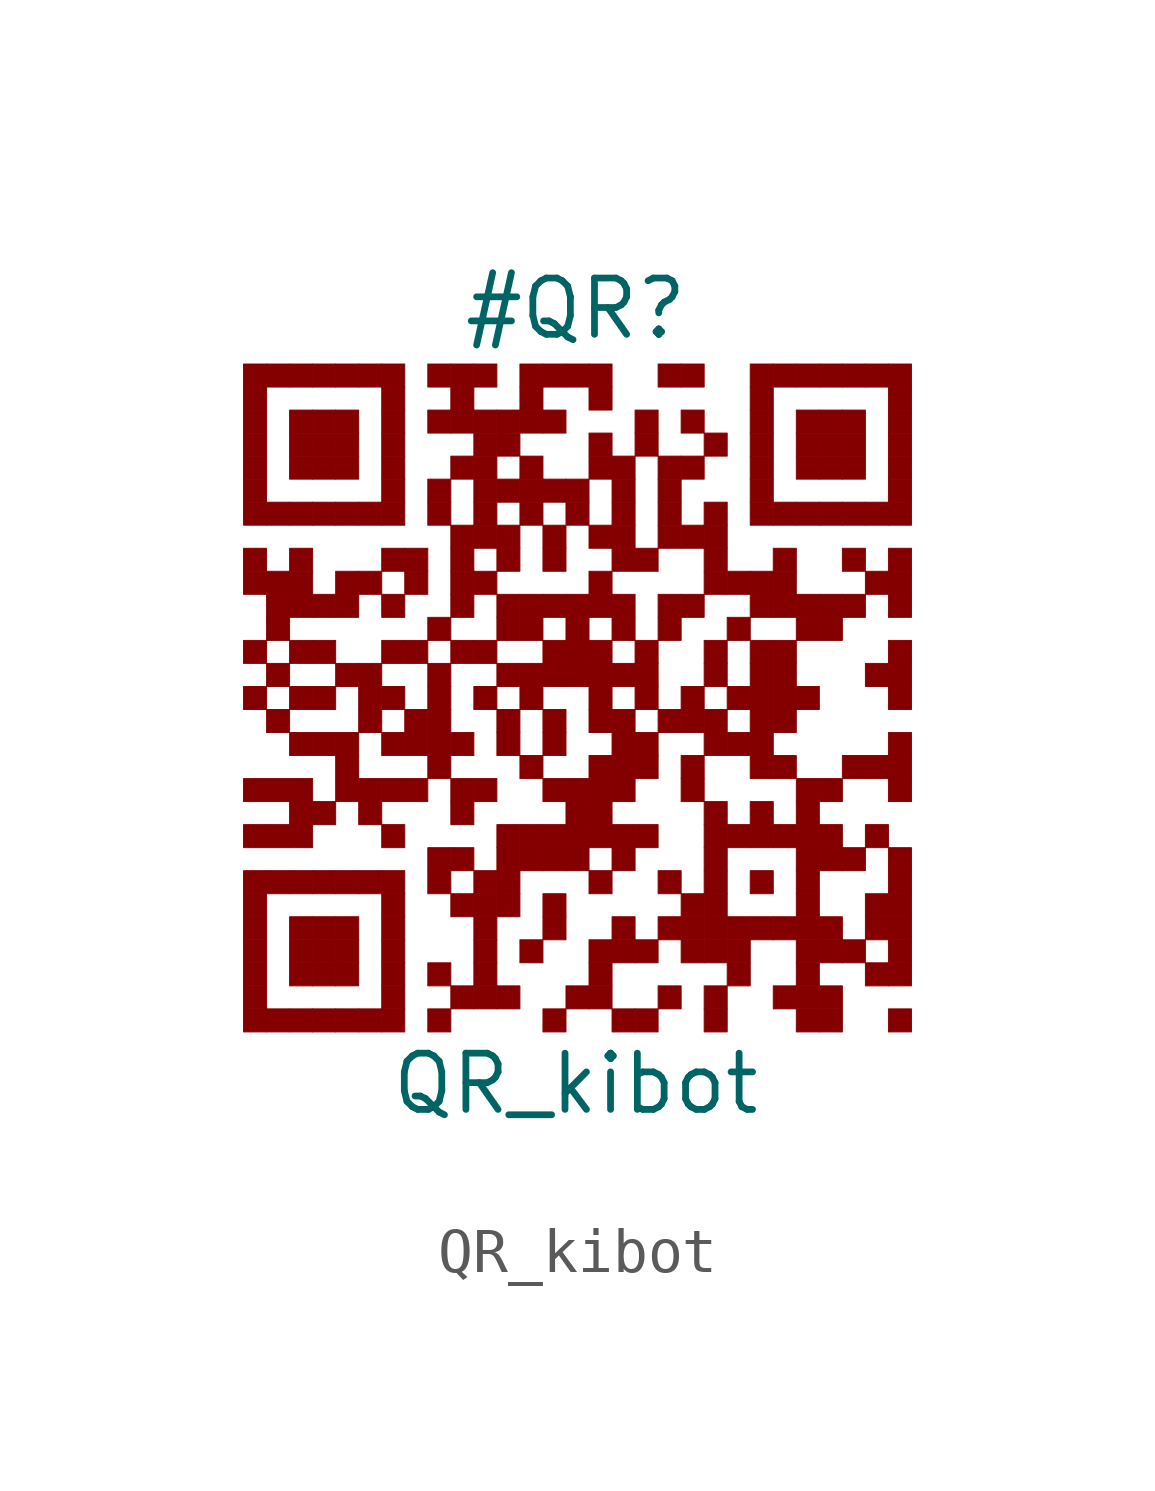
<source format=kicad_sym>
(kicad_symbol_lib
  (version 20211014)
  (generator kibot)
  (symbol "QR_kibot"
    (pin_numbers hide)
    (pin_names hide)
    (property "Reference" "#QR"
      (at 0 8.75 0))
    (property "Value" "QR_kibot"
      (at 0 -8.75 0))
    (rectangle
      (start -7.5 7.5)
      (end -6.98 6.98)
      (stroke (width 0.001) (type default) (color 0 0 0 0))
      (fill (type outline)))
    (rectangle
      (start -6.98 7.5)
      (end -6.46 6.98)
      (stroke (width 0.001) (type default) (color 0 0 0 0))
      (fill (type outline)))
    (rectangle
      (start -6.46 7.5)
      (end -5.94 6.98)
      (stroke (width 0.001) (type default) (color 0 0 0 0))
      (fill (type outline)))
    (rectangle
      (start -5.94 7.5)
      (end -5.42 6.98)
      (stroke (width 0.001) (type default) (color 0 0 0 0))
      (fill (type outline)))
    (rectangle
      (start -5.42 7.5)
      (end -4.9 6.98)
      (stroke (width 0.001) (type default) (color 0 0 0 0))
      (fill (type outline)))
    (rectangle
      (start -4.9 7.5)
      (end -4.38 6.98)
      (stroke (width 0.001) (type default) (color 0 0 0 0))
      (fill (type outline)))
    (rectangle
      (start -4.38 7.5)
      (end -3.86 6.98)
      (stroke (width 0.001) (type default) (color 0 0 0 0))
      (fill (type outline)))
    (rectangle
      (start -3.34 7.5)
      (end -2.82 6.98)
      (stroke (width 0.001) (type default) (color 0 0 0 0))
      (fill (type outline)))
    (rectangle
      (start -2.82 7.5)
      (end -2.3 6.98)
      (stroke (width 0.001) (type default) (color 0 0 0 0))
      (fill (type outline)))
    (rectangle
      (start -2.3 7.5)
      (end -1.78 6.98)
      (stroke (width 0.001) (type default) (color 0 0 0 0))
      (fill (type outline)))
    (rectangle
      (start -1.26 7.5)
      (end -0.74 6.98)
      (stroke (width 0.001) (type default) (color 0 0 0 0))
      (fill (type outline)))
    (rectangle
      (start -0.74 7.5)
      (end -0.22 6.98)
      (stroke (width 0.001) (type default) (color 0 0 0 0))
      (fill (type outline)))
    (rectangle
      (start -0.22 7.5)
      (end 0.3 6.98)
      (stroke (width 0.001) (type default) (color 0 0 0 0))
      (fill (type outline)))
    (rectangle
      (start 0.3 7.5)
      (end 0.82 6.98)
      (stroke (width 0.001) (type default) (color 0 0 0 0))
      (fill (type outline)))
    (rectangle
      (start 1.86 7.5)
      (end 2.38 6.98)
      (stroke (width 0.001) (type default) (color 0 0 0 0))
      (fill (type outline)))
    (rectangle
      (start 2.38 7.5)
      (end 2.9 6.98)
      (stroke (width 0.001) (type default) (color 0 0 0 0))
      (fill (type outline)))
    (rectangle
      (start 3.94 7.5)
      (end 4.46 6.98)
      (stroke (width 0.001) (type default) (color 0 0 0 0))
      (fill (type outline)))
    (rectangle
      (start 4.46 7.5)
      (end 4.98 6.98)
      (stroke (width 0.001) (type default) (color 0 0 0 0))
      (fill (type outline)))
    (rectangle
      (start 4.98 7.5)
      (end 5.5 6.98)
      (stroke (width 0.001) (type default) (color 0 0 0 0))
      (fill (type outline)))
    (rectangle
      (start 5.5 7.5)
      (end 6.02 6.98)
      (stroke (width 0.001) (type default) (color 0 0 0 0))
      (fill (type outline)))
    (rectangle
      (start 6.02 7.5)
      (end 6.54 6.98)
      (stroke (width 0.001) (type default) (color 0 0 0 0))
      (fill (type outline)))
    (rectangle
      (start 6.54 7.5)
      (end 7.06 6.98)
      (stroke (width 0.001) (type default) (color 0 0 0 0))
      (fill (type outline)))
    (rectangle
      (start 7.06 7.5)
      (end 7.58 6.98)
      (stroke (width 0.001) (type default) (color 0 0 0 0))
      (fill (type outline)))
    (rectangle
      (start -7.5 6.98)
      (end -6.98 6.46)
      (stroke (width 0.001) (type default) (color 0 0 0 0))
      (fill (type outline)))
    (rectangle
      (start -4.38 6.98)
      (end -3.86 6.46)
      (stroke (width 0.001) (type default) (color 0 0 0 0))
      (fill (type outline)))
    (rectangle
      (start -2.82 6.98)
      (end -2.3 6.46)
      (stroke (width 0.001) (type default) (color 0 0 0 0))
      (fill (type outline)))
    (rectangle
      (start -1.26 6.98)
      (end -0.74 6.46)
      (stroke (width 0.001) (type default) (color 0 0 0 0))
      (fill (type outline)))
    (rectangle
      (start 0.3 6.98)
      (end 0.82 6.46)
      (stroke (width 0.001) (type default) (color 0 0 0 0))
      (fill (type outline)))
    (rectangle
      (start 3.94 6.98)
      (end 4.46 6.46)
      (stroke (width 0.001) (type default) (color 0 0 0 0))
      (fill (type outline)))
    (rectangle
      (start 7.06 6.98)
      (end 7.58 6.46)
      (stroke (width 0.001) (type default) (color 0 0 0 0))
      (fill (type outline)))
    (rectangle
      (start -7.5 6.46)
      (end -6.98 5.94)
      (stroke (width 0.001) (type default) (color 0 0 0 0))
      (fill (type outline)))
    (rectangle
      (start -6.46 6.46)
      (end -5.94 5.94)
      (stroke (width 0.001) (type default) (color 0 0 0 0))
      (fill (type outline)))
    (rectangle
      (start -5.94 6.46)
      (end -5.42 5.94)
      (stroke (width 0.001) (type default) (color 0 0 0 0))
      (fill (type outline)))
    (rectangle
      (start -5.42 6.46)
      (end -4.9 5.94)
      (stroke (width 0.001) (type default) (color 0 0 0 0))
      (fill (type outline)))
    (rectangle
      (start -4.38 6.46)
      (end -3.86 5.94)
      (stroke (width 0.001) (type default) (color 0 0 0 0))
      (fill (type outline)))
    (rectangle
      (start -3.34 6.46)
      (end -2.82 5.94)
      (stroke (width 0.001) (type default) (color 0 0 0 0))
      (fill (type outline)))
    (rectangle
      (start -2.82 6.46)
      (end -2.3 5.94)
      (stroke (width 0.001) (type default) (color 0 0 0 0))
      (fill (type outline)))
    (rectangle
      (start -2.3 6.46)
      (end -1.78 5.94)
      (stroke (width 0.001) (type default) (color 0 0 0 0))
      (fill (type outline)))
    (rectangle
      (start -1.78 6.46)
      (end -1.26 5.94)
      (stroke (width 0.001) (type default) (color 0 0 0 0))
      (fill (type outline)))
    (rectangle
      (start -1.26 6.46)
      (end -0.74 5.94)
      (stroke (width 0.001) (type default) (color 0 0 0 0))
      (fill (type outline)))
    (rectangle
      (start -0.74 6.46)
      (end -0.22 5.94)
      (stroke (width 0.001) (type default) (color 0 0 0 0))
      (fill (type outline)))
    (rectangle
      (start 1.34 6.46)
      (end 1.86 5.94)
      (stroke (width 0.001) (type default) (color 0 0 0 0))
      (fill (type outline)))
    (rectangle
      (start 2.38 6.46)
      (end 2.9 5.94)
      (stroke (width 0.001) (type default) (color 0 0 0 0))
      (fill (type outline)))
    (rectangle
      (start 3.94 6.46)
      (end 4.46 5.94)
      (stroke (width 0.001) (type default) (color 0 0 0 0))
      (fill (type outline)))
    (rectangle
      (start 4.98 6.46)
      (end 5.5 5.94)
      (stroke (width 0.001) (type default) (color 0 0 0 0))
      (fill (type outline)))
    (rectangle
      (start 5.5 6.46)
      (end 6.02 5.94)
      (stroke (width 0.001) (type default) (color 0 0 0 0))
      (fill (type outline)))
    (rectangle
      (start 6.02 6.46)
      (end 6.54 5.94)
      (stroke (width 0.001) (type default) (color 0 0 0 0))
      (fill (type outline)))
    (rectangle
      (start 7.06 6.46)
      (end 7.58 5.94)
      (stroke (width 0.001) (type default) (color 0 0 0 0))
      (fill (type outline)))
    (rectangle
      (start -7.5 5.94)
      (end -6.98 5.42)
      (stroke (width 0.001) (type default) (color 0 0 0 0))
      (fill (type outline)))
    (rectangle
      (start -6.46 5.94)
      (end -5.94 5.42)
      (stroke (width 0.001) (type default) (color 0 0 0 0))
      (fill (type outline)))
    (rectangle
      (start -5.94 5.94)
      (end -5.42 5.42)
      (stroke (width 0.001) (type default) (color 0 0 0 0))
      (fill (type outline)))
    (rectangle
      (start -5.42 5.94)
      (end -4.9 5.42)
      (stroke (width 0.001) (type default) (color 0 0 0 0))
      (fill (type outline)))
    (rectangle
      (start -4.38 5.94)
      (end -3.86 5.42)
      (stroke (width 0.001) (type default) (color 0 0 0 0))
      (fill (type outline)))
    (rectangle
      (start -2.3 5.94)
      (end -1.78 5.42)
      (stroke (width 0.001) (type default) (color 0 0 0 0))
      (fill (type outline)))
    (rectangle
      (start -1.78 5.94)
      (end -1.26 5.42)
      (stroke (width 0.001) (type default) (color 0 0 0 0))
      (fill (type outline)))
    (rectangle
      (start 0.3 5.94)
      (end 0.82 5.42)
      (stroke (width 0.001) (type default) (color 0 0 0 0))
      (fill (type outline)))
    (rectangle
      (start 1.34 5.94)
      (end 1.86 5.42)
      (stroke (width 0.001) (type default) (color 0 0 0 0))
      (fill (type outline)))
    (rectangle
      (start 2.9 5.94)
      (end 3.42 5.42)
      (stroke (width 0.001) (type default) (color 0 0 0 0))
      (fill (type outline)))
    (rectangle
      (start 3.94 5.94)
      (end 4.46 5.42)
      (stroke (width 0.001) (type default) (color 0 0 0 0))
      (fill (type outline)))
    (rectangle
      (start 4.98 5.94)
      (end 5.5 5.42)
      (stroke (width 0.001) (type default) (color 0 0 0 0))
      (fill (type outline)))
    (rectangle
      (start 5.5 5.94)
      (end 6.02 5.42)
      (stroke (width 0.001) (type default) (color 0 0 0 0))
      (fill (type outline)))
    (rectangle
      (start 6.02 5.94)
      (end 6.54 5.42)
      (stroke (width 0.001) (type default) (color 0 0 0 0))
      (fill (type outline)))
    (rectangle
      (start 7.06 5.94)
      (end 7.58 5.42)
      (stroke (width 0.001) (type default) (color 0 0 0 0))
      (fill (type outline)))
    (rectangle
      (start -7.5 5.42)
      (end -6.98 4.9)
      (stroke (width 0.001) (type default) (color 0 0 0 0))
      (fill (type outline)))
    (rectangle
      (start -6.46 5.42)
      (end -5.94 4.9)
      (stroke (width 0.001) (type default) (color 0 0 0 0))
      (fill (type outline)))
    (rectangle
      (start -5.94 5.42)
      (end -5.42 4.9)
      (stroke (width 0.001) (type default) (color 0 0 0 0))
      (fill (type outline)))
    (rectangle
      (start -5.42 5.42)
      (end -4.9 4.9)
      (stroke (width 0.001) (type default) (color 0 0 0 0))
      (fill (type outline)))
    (rectangle
      (start -4.38 5.42)
      (end -3.86 4.9)
      (stroke (width 0.001) (type default) (color 0 0 0 0))
      (fill (type outline)))
    (rectangle
      (start -2.82 5.42)
      (end -2.3 4.9)
      (stroke (width 0.001) (type default) (color 0 0 0 0))
      (fill (type outline)))
    (rectangle
      (start -2.3 5.42)
      (end -1.78 4.9)
      (stroke (width 0.001) (type default) (color 0 0 0 0))
      (fill (type outline)))
    (rectangle
      (start -1.26 5.42)
      (end -0.74 4.9)
      (stroke (width 0.001) (type default) (color 0 0 0 0))
      (fill (type outline)))
    (rectangle
      (start 0.3 5.42)
      (end 0.82 4.9)
      (stroke (width 0.001) (type default) (color 0 0 0 0))
      (fill (type outline)))
    (rectangle
      (start 0.82 5.42)
      (end 1.34 4.9)
      (stroke (width 0.001) (type default) (color 0 0 0 0))
      (fill (type outline)))
    (rectangle
      (start 1.86 5.42)
      (end 2.38 4.9)
      (stroke (width 0.001) (type default) (color 0 0 0 0))
      (fill (type outline)))
    (rectangle
      (start 2.38 5.42)
      (end 2.9 4.9)
      (stroke (width 0.001) (type default) (color 0 0 0 0))
      (fill (type outline)))
    (rectangle
      (start 3.94 5.42)
      (end 4.46 4.9)
      (stroke (width 0.001) (type default) (color 0 0 0 0))
      (fill (type outline)))
    (rectangle
      (start 4.98 5.42)
      (end 5.5 4.9)
      (stroke (width 0.001) (type default) (color 0 0 0 0))
      (fill (type outline)))
    (rectangle
      (start 5.5 5.42)
      (end 6.02 4.9)
      (stroke (width 0.001) (type default) (color 0 0 0 0))
      (fill (type outline)))
    (rectangle
      (start 6.02 5.42)
      (end 6.54 4.9)
      (stroke (width 0.001) (type default) (color 0 0 0 0))
      (fill (type outline)))
    (rectangle
      (start 7.06 5.42)
      (end 7.58 4.9)
      (stroke (width 0.001) (type default) (color 0 0 0 0))
      (fill (type outline)))
    (rectangle
      (start -7.5 4.9)
      (end -6.98 4.38)
      (stroke (width 0.001) (type default) (color 0 0 0 0))
      (fill (type outline)))
    (rectangle
      (start -4.38 4.9)
      (end -3.86 4.38)
      (stroke (width 0.001) (type default) (color 0 0 0 0))
      (fill (type outline)))
    (rectangle
      (start -3.34 4.9)
      (end -2.82 4.38)
      (stroke (width 0.001) (type default) (color 0 0 0 0))
      (fill (type outline)))
    (rectangle
      (start -2.3 4.9)
      (end -1.78 4.38)
      (stroke (width 0.001) (type default) (color 0 0 0 0))
      (fill (type outline)))
    (rectangle
      (start -1.78 4.9)
      (end -1.26 4.38)
      (stroke (width 0.001) (type default) (color 0 0 0 0))
      (fill (type outline)))
    (rectangle
      (start -1.26 4.9)
      (end -0.74 4.38)
      (stroke (width 0.001) (type default) (color 0 0 0 0))
      (fill (type outline)))
    (rectangle
      (start -0.74 4.9)
      (end -0.22 4.38)
      (stroke (width 0.001) (type default) (color 0 0 0 0))
      (fill (type outline)))
    (rectangle
      (start -0.22 4.9)
      (end 0.3 4.38)
      (stroke (width 0.001) (type default) (color 0 0 0 0))
      (fill (type outline)))
    (rectangle
      (start 0.82 4.9)
      (end 1.34 4.38)
      (stroke (width 0.001) (type default) (color 0 0 0 0))
      (fill (type outline)))
    (rectangle
      (start 1.86 4.9)
      (end 2.38 4.38)
      (stroke (width 0.001) (type default) (color 0 0 0 0))
      (fill (type outline)))
    (rectangle
      (start 3.94 4.9)
      (end 4.46 4.38)
      (stroke (width 0.001) (type default) (color 0 0 0 0))
      (fill (type outline)))
    (rectangle
      (start 7.06 4.9)
      (end 7.58 4.38)
      (stroke (width 0.001) (type default) (color 0 0 0 0))
      (fill (type outline)))
    (rectangle
      (start -7.5 4.38)
      (end -6.98 3.86)
      (stroke (width 0.001) (type default) (color 0 0 0 0))
      (fill (type outline)))
    (rectangle
      (start -6.98 4.38)
      (end -6.46 3.86)
      (stroke (width 0.001) (type default) (color 0 0 0 0))
      (fill (type outline)))
    (rectangle
      (start -6.46 4.38)
      (end -5.94 3.86)
      (stroke (width 0.001) (type default) (color 0 0 0 0))
      (fill (type outline)))
    (rectangle
      (start -5.94 4.38)
      (end -5.42 3.86)
      (stroke (width 0.001) (type default) (color 0 0 0 0))
      (fill (type outline)))
    (rectangle
      (start -5.42 4.38)
      (end -4.9 3.86)
      (stroke (width 0.001) (type default) (color 0 0 0 0))
      (fill (type outline)))
    (rectangle
      (start -4.9 4.38)
      (end -4.38 3.86)
      (stroke (width 0.001) (type default) (color 0 0 0 0))
      (fill (type outline)))
    (rectangle
      (start -4.38 4.38)
      (end -3.86 3.86)
      (stroke (width 0.001) (type default) (color 0 0 0 0))
      (fill (type outline)))
    (rectangle
      (start -3.34 4.38)
      (end -2.82 3.86)
      (stroke (width 0.001) (type default) (color 0 0 0 0))
      (fill (type outline)))
    (rectangle
      (start -2.3 4.38)
      (end -1.78 3.86)
      (stroke (width 0.001) (type default) (color 0 0 0 0))
      (fill (type outline)))
    (rectangle
      (start -1.26 4.38)
      (end -0.74 3.86)
      (stroke (width 0.001) (type default) (color 0 0 0 0))
      (fill (type outline)))
    (rectangle
      (start -0.22 4.38)
      (end 0.3 3.86)
      (stroke (width 0.001) (type default) (color 0 0 0 0))
      (fill (type outline)))
    (rectangle
      (start 0.82 4.38)
      (end 1.34 3.86)
      (stroke (width 0.001) (type default) (color 0 0 0 0))
      (fill (type outline)))
    (rectangle
      (start 1.86 4.38)
      (end 2.38 3.86)
      (stroke (width 0.001) (type default) (color 0 0 0 0))
      (fill (type outline)))
    (rectangle
      (start 2.9 4.38)
      (end 3.42 3.86)
      (stroke (width 0.001) (type default) (color 0 0 0 0))
      (fill (type outline)))
    (rectangle
      (start 3.94 4.38)
      (end 4.46 3.86)
      (stroke (width 0.001) (type default) (color 0 0 0 0))
      (fill (type outline)))
    (rectangle
      (start 4.46 4.38)
      (end 4.98 3.86)
      (stroke (width 0.001) (type default) (color 0 0 0 0))
      (fill (type outline)))
    (rectangle
      (start 4.98 4.38)
      (end 5.5 3.86)
      (stroke (width 0.001) (type default) (color 0 0 0 0))
      (fill (type outline)))
    (rectangle
      (start 5.5 4.38)
      (end 6.02 3.86)
      (stroke (width 0.001) (type default) (color 0 0 0 0))
      (fill (type outline)))
    (rectangle
      (start 6.02 4.38)
      (end 6.54 3.86)
      (stroke (width 0.001) (type default) (color 0 0 0 0))
      (fill (type outline)))
    (rectangle
      (start 6.54 4.38)
      (end 7.06 3.86)
      (stroke (width 0.001) (type default) (color 0 0 0 0))
      (fill (type outline)))
    (rectangle
      (start 7.06 4.38)
      (end 7.58 3.86)
      (stroke (width 0.001) (type default) (color 0 0 0 0))
      (fill (type outline)))
    (rectangle
      (start -2.82 3.86)
      (end -2.3 3.34)
      (stroke (width 0.001) (type default) (color 0 0 0 0))
      (fill (type outline)))
    (rectangle
      (start -2.3 3.86)
      (end -1.78 3.34)
      (stroke (width 0.001) (type default) (color 0 0 0 0))
      (fill (type outline)))
    (rectangle
      (start -1.78 3.86)
      (end -1.26 3.34)
      (stroke (width 0.001) (type default) (color 0 0 0 0))
      (fill (type outline)))
    (rectangle
      (start -0.74 3.86)
      (end -0.22 3.34)
      (stroke (width 0.001) (type default) (color 0 0 0 0))
      (fill (type outline)))
    (rectangle
      (start 0.3 3.86)
      (end 0.82 3.34)
      (stroke (width 0.001) (type default) (color 0 0 0 0))
      (fill (type outline)))
    (rectangle
      (start 0.82 3.86)
      (end 1.34 3.34)
      (stroke (width 0.001) (type default) (color 0 0 0 0))
      (fill (type outline)))
    (rectangle
      (start 1.86 3.86)
      (end 2.38 3.34)
      (stroke (width 0.001) (type default) (color 0 0 0 0))
      (fill (type outline)))
    (rectangle
      (start 2.38 3.86)
      (end 2.9 3.34)
      (stroke (width 0.001) (type default) (color 0 0 0 0))
      (fill (type outline)))
    (rectangle
      (start 2.9 3.86)
      (end 3.42 3.34)
      (stroke (width 0.001) (type default) (color 0 0 0 0))
      (fill (type outline)))
    (rectangle
      (start -7.5 3.34)
      (end -6.98 2.82)
      (stroke (width 0.001) (type default) (color 0 0 0 0))
      (fill (type outline)))
    (rectangle
      (start -6.46 3.34)
      (end -5.94 2.82)
      (stroke (width 0.001) (type default) (color 0 0 0 0))
      (fill (type outline)))
    (rectangle
      (start -4.38 3.34)
      (end -3.86 2.82)
      (stroke (width 0.001) (type default) (color 0 0 0 0))
      (fill (type outline)))
    (rectangle
      (start -3.86 3.34)
      (end -3.34 2.82)
      (stroke (width 0.001) (type default) (color 0 0 0 0))
      (fill (type outline)))
    (rectangle
      (start -2.82 3.34)
      (end -2.3 2.82)
      (stroke (width 0.001) (type default) (color 0 0 0 0))
      (fill (type outline)))
    (rectangle
      (start -1.78 3.34)
      (end -1.26 2.82)
      (stroke (width 0.001) (type default) (color 0 0 0 0))
      (fill (type outline)))
    (rectangle
      (start -0.74 3.34)
      (end -0.22 2.82)
      (stroke (width 0.001) (type default) (color 0 0 0 0))
      (fill (type outline)))
    (rectangle
      (start 0.82 3.34)
      (end 1.34 2.82)
      (stroke (width 0.001) (type default) (color 0 0 0 0))
      (fill (type outline)))
    (rectangle
      (start 1.34 3.34)
      (end 1.86 2.82)
      (stroke (width 0.001) (type default) (color 0 0 0 0))
      (fill (type outline)))
    (rectangle
      (start 2.9 3.34)
      (end 3.42 2.82)
      (stroke (width 0.001) (type default) (color 0 0 0 0))
      (fill (type outline)))
    (rectangle
      (start 4.46 3.34)
      (end 4.98 2.82)
      (stroke (width 0.001) (type default) (color 0 0 0 0))
      (fill (type outline)))
    (rectangle
      (start 6.02 3.34)
      (end 6.54 2.82)
      (stroke (width 0.001) (type default) (color 0 0 0 0))
      (fill (type outline)))
    (rectangle
      (start 7.06 3.34)
      (end 7.58 2.82)
      (stroke (width 0.001) (type default) (color 0 0 0 0))
      (fill (type outline)))
    (rectangle
      (start -7.5 2.82)
      (end -6.98 2.3)
      (stroke (width 0.001) (type default) (color 0 0 0 0))
      (fill (type outline)))
    (rectangle
      (start -6.98 2.82)
      (end -6.46 2.3)
      (stroke (width 0.001) (type default) (color 0 0 0 0))
      (fill (type outline)))
    (rectangle
      (start -6.46 2.82)
      (end -5.94 2.3)
      (stroke (width 0.001) (type default) (color 0 0 0 0))
      (fill (type outline)))
    (rectangle
      (start -5.42 2.82)
      (end -4.9 2.3)
      (stroke (width 0.001) (type default) (color 0 0 0 0))
      (fill (type outline)))
    (rectangle
      (start -4.9 2.82)
      (end -4.38 2.3)
      (stroke (width 0.001) (type default) (color 0 0 0 0))
      (fill (type outline)))
    (rectangle
      (start -3.86 2.82)
      (end -3.34 2.3)
      (stroke (width 0.001) (type default) (color 0 0 0 0))
      (fill (type outline)))
    (rectangle
      (start -2.82 2.82)
      (end -2.3 2.3)
      (stroke (width 0.001) (type default) (color 0 0 0 0))
      (fill (type outline)))
    (rectangle
      (start -2.3 2.82)
      (end -1.78 2.3)
      (stroke (width 0.001) (type default) (color 0 0 0 0))
      (fill (type outline)))
    (rectangle
      (start 0.3 2.82)
      (end 0.82 2.3)
      (stroke (width 0.001) (type default) (color 0 0 0 0))
      (fill (type outline)))
    (rectangle
      (start 2.9 2.82)
      (end 3.42 2.3)
      (stroke (width 0.001) (type default) (color 0 0 0 0))
      (fill (type outline)))
    (rectangle
      (start 3.42 2.82)
      (end 3.94 2.3)
      (stroke (width 0.001) (type default) (color 0 0 0 0))
      (fill (type outline)))
    (rectangle
      (start 3.94 2.82)
      (end 4.46 2.3)
      (stroke (width 0.001) (type default) (color 0 0 0 0))
      (fill (type outline)))
    (rectangle
      (start 4.46 2.82)
      (end 4.98 2.3)
      (stroke (width 0.001) (type default) (color 0 0 0 0))
      (fill (type outline)))
    (rectangle
      (start 6.54 2.82)
      (end 7.06 2.3)
      (stroke (width 0.001) (type default) (color 0 0 0 0))
      (fill (type outline)))
    (rectangle
      (start 7.06 2.82)
      (end 7.58 2.3)
      (stroke (width 0.001) (type default) (color 0 0 0 0))
      (fill (type outline)))
    (rectangle
      (start -6.98 2.3)
      (end -6.46 1.78)
      (stroke (width 0.001) (type default) (color 0 0 0 0))
      (fill (type outline)))
    (rectangle
      (start -6.46 2.3)
      (end -5.94 1.78)
      (stroke (width 0.001) (type default) (color 0 0 0 0))
      (fill (type outline)))
    (rectangle
      (start -5.94 2.3)
      (end -5.42 1.78)
      (stroke (width 0.001) (type default) (color 0 0 0 0))
      (fill (type outline)))
    (rectangle
      (start -5.42 2.3)
      (end -4.9 1.78)
      (stroke (width 0.001) (type default) (color 0 0 0 0))
      (fill (type outline)))
    (rectangle
      (start -4.38 2.3)
      (end -3.86 1.78)
      (stroke (width 0.001) (type default) (color 0 0 0 0))
      (fill (type outline)))
    (rectangle
      (start -2.82 2.3)
      (end -2.3 1.78)
      (stroke (width 0.001) (type default) (color 0 0 0 0))
      (fill (type outline)))
    (rectangle
      (start -1.78 2.3)
      (end -1.26 1.78)
      (stroke (width 0.001) (type default) (color 0 0 0 0))
      (fill (type outline)))
    (rectangle
      (start -1.26 2.3)
      (end -0.74 1.78)
      (stroke (width 0.001) (type default) (color 0 0 0 0))
      (fill (type outline)))
    (rectangle
      (start -0.74 2.3)
      (end -0.22 1.78)
      (stroke (width 0.001) (type default) (color 0 0 0 0))
      (fill (type outline)))
    (rectangle
      (start -0.22 2.3)
      (end 0.3 1.78)
      (stroke (width 0.001) (type default) (color 0 0 0 0))
      (fill (type outline)))
    (rectangle
      (start 0.3 2.3)
      (end 0.82 1.78)
      (stroke (width 0.001) (type default) (color 0 0 0 0))
      (fill (type outline)))
    (rectangle
      (start 0.82 2.3)
      (end 1.34 1.78)
      (stroke (width 0.001) (type default) (color 0 0 0 0))
      (fill (type outline)))
    (rectangle
      (start 1.86 2.3)
      (end 2.38 1.78)
      (stroke (width 0.001) (type default) (color 0 0 0 0))
      (fill (type outline)))
    (rectangle
      (start 2.38 2.3)
      (end 2.9 1.78)
      (stroke (width 0.001) (type default) (color 0 0 0 0))
      (fill (type outline)))
    (rectangle
      (start 3.94 2.3)
      (end 4.46 1.78)
      (stroke (width 0.001) (type default) (color 0 0 0 0))
      (fill (type outline)))
    (rectangle
      (start 4.46 2.3)
      (end 4.98 1.78)
      (stroke (width 0.001) (type default) (color 0 0 0 0))
      (fill (type outline)))
    (rectangle
      (start 4.98 2.3)
      (end 5.5 1.78)
      (stroke (width 0.001) (type default) (color 0 0 0 0))
      (fill (type outline)))
    (rectangle
      (start 5.5 2.3)
      (end 6.02 1.78)
      (stroke (width 0.001) (type default) (color 0 0 0 0))
      (fill (type outline)))
    (rectangle
      (start 6.02 2.3)
      (end 6.54 1.78)
      (stroke (width 0.001) (type default) (color 0 0 0 0))
      (fill (type outline)))
    (rectangle
      (start 7.06 2.3)
      (end 7.58 1.78)
      (stroke (width 0.001) (type default) (color 0 0 0 0))
      (fill (type outline)))
    (rectangle
      (start -6.98 1.78)
      (end -6.46 1.26)
      (stroke (width 0.001) (type default) (color 0 0 0 0))
      (fill (type outline)))
    (rectangle
      (start -3.34 1.78)
      (end -2.82 1.26)
      (stroke (width 0.001) (type default) (color 0 0 0 0))
      (fill (type outline)))
    (rectangle
      (start -1.78 1.78)
      (end -1.26 1.26)
      (stroke (width 0.001) (type default) (color 0 0 0 0))
      (fill (type outline)))
    (rectangle
      (start -1.26 1.78)
      (end -0.74 1.26)
      (stroke (width 0.001) (type default) (color 0 0 0 0))
      (fill (type outline)))
    (rectangle
      (start -0.22 1.78)
      (end 0.3 1.26)
      (stroke (width 0.001) (type default) (color 0 0 0 0))
      (fill (type outline)))
    (rectangle
      (start 0.82 1.78)
      (end 1.34 1.26)
      (stroke (width 0.001) (type default) (color 0 0 0 0))
      (fill (type outline)))
    (rectangle
      (start 1.86 1.78)
      (end 2.38 1.26)
      (stroke (width 0.001) (type default) (color 0 0 0 0))
      (fill (type outline)))
    (rectangle
      (start 3.42 1.78)
      (end 3.94 1.26)
      (stroke (width 0.001) (type default) (color 0 0 0 0))
      (fill (type outline)))
    (rectangle
      (start 4.98 1.78)
      (end 5.5 1.26)
      (stroke (width 0.001) (type default) (color 0 0 0 0))
      (fill (type outline)))
    (rectangle
      (start 5.5 1.78)
      (end 6.02 1.26)
      (stroke (width 0.001) (type default) (color 0 0 0 0))
      (fill (type outline)))
    (rectangle
      (start -7.5 1.26)
      (end -6.98 0.74)
      (stroke (width 0.001) (type default) (color 0 0 0 0))
      (fill (type outline)))
    (rectangle
      (start -6.46 1.26)
      (end -5.94 0.74)
      (stroke (width 0.001) (type default) (color 0 0 0 0))
      (fill (type outline)))
    (rectangle
      (start -5.94 1.26)
      (end -5.42 0.74)
      (stroke (width 0.001) (type default) (color 0 0 0 0))
      (fill (type outline)))
    (rectangle
      (start -4.38 1.26)
      (end -3.86 0.74)
      (stroke (width 0.001) (type default) (color 0 0 0 0))
      (fill (type outline)))
    (rectangle
      (start -3.86 1.26)
      (end -3.34 0.74)
      (stroke (width 0.001) (type default) (color 0 0 0 0))
      (fill (type outline)))
    (rectangle
      (start -2.82 1.26)
      (end -2.3 0.74)
      (stroke (width 0.001) (type default) (color 0 0 0 0))
      (fill (type outline)))
    (rectangle
      (start -2.3 1.26)
      (end -1.78 0.74)
      (stroke (width 0.001) (type default) (color 0 0 0 0))
      (fill (type outline)))
    (rectangle
      (start -0.74 1.26)
      (end -0.22 0.74)
      (stroke (width 0.001) (type default) (color 0 0 0 0))
      (fill (type outline)))
    (rectangle
      (start -0.22 1.26)
      (end 0.3 0.74)
      (stroke (width 0.001) (type default) (color 0 0 0 0))
      (fill (type outline)))
    (rectangle
      (start 0.3 1.26)
      (end 0.82 0.74)
      (stroke (width 0.001) (type default) (color 0 0 0 0))
      (fill (type outline)))
    (rectangle
      (start 1.34 1.26)
      (end 1.86 0.74)
      (stroke (width 0.001) (type default) (color 0 0 0 0))
      (fill (type outline)))
    (rectangle
      (start 2.9 1.26)
      (end 3.42 0.74)
      (stroke (width 0.001) (type default) (color 0 0 0 0))
      (fill (type outline)))
    (rectangle
      (start 3.94 1.26)
      (end 4.46 0.74)
      (stroke (width 0.001) (type default) (color 0 0 0 0))
      (fill (type outline)))
    (rectangle
      (start 4.46 1.26)
      (end 4.98 0.74)
      (stroke (width 0.001) (type default) (color 0 0 0 0))
      (fill (type outline)))
    (rectangle
      (start 7.06 1.26)
      (end 7.58 0.74)
      (stroke (width 0.001) (type default) (color 0 0 0 0))
      (fill (type outline)))
    (rectangle
      (start -6.98 0.74)
      (end -6.46 0.22)
      (stroke (width 0.001) (type default) (color 0 0 0 0))
      (fill (type outline)))
    (rectangle
      (start -5.42 0.74)
      (end -4.9 0.22)
      (stroke (width 0.001) (type default) (color 0 0 0 0))
      (fill (type outline)))
    (rectangle
      (start -4.9 0.74)
      (end -4.38 0.22)
      (stroke (width 0.001) (type default) (color 0 0 0 0))
      (fill (type outline)))
    (rectangle
      (start -3.34 0.74)
      (end -2.82 0.22)
      (stroke (width 0.001) (type default) (color 0 0 0 0))
      (fill (type outline)))
    (rectangle
      (start -1.78 0.74)
      (end -1.26 0.22)
      (stroke (width 0.001) (type default) (color 0 0 0 0))
      (fill (type outline)))
    (rectangle
      (start -1.26 0.74)
      (end -0.74 0.22)
      (stroke (width 0.001) (type default) (color 0 0 0 0))
      (fill (type outline)))
    (rectangle
      (start -0.74 0.74)
      (end -0.22 0.22)
      (stroke (width 0.001) (type default) (color 0 0 0 0))
      (fill (type outline)))
    (rectangle
      (start -0.22 0.74)
      (end 0.3 0.22)
      (stroke (width 0.001) (type default) (color 0 0 0 0))
      (fill (type outline)))
    (rectangle
      (start 0.3 0.74)
      (end 0.82 0.22)
      (stroke (width 0.001) (type default) (color 0 0 0 0))
      (fill (type outline)))
    (rectangle
      (start 0.82 0.74)
      (end 1.34 0.22)
      (stroke (width 0.001) (type default) (color 0 0 0 0))
      (fill (type outline)))
    (rectangle
      (start 1.34 0.74)
      (end 1.86 0.22)
      (stroke (width 0.001) (type default) (color 0 0 0 0))
      (fill (type outline)))
    (rectangle
      (start 2.9 0.74)
      (end 3.42 0.22)
      (stroke (width 0.001) (type default) (color 0 0 0 0))
      (fill (type outline)))
    (rectangle
      (start 3.94 0.74)
      (end 4.46 0.22)
      (stroke (width 0.001) (type default) (color 0 0 0 0))
      (fill (type outline)))
    (rectangle
      (start 4.46 0.74)
      (end 4.98 0.22)
      (stroke (width 0.001) (type default) (color 0 0 0 0))
      (fill (type outline)))
    (rectangle
      (start 6.54 0.74)
      (end 7.06 0.22)
      (stroke (width 0.001) (type default) (color 0 0 0 0))
      (fill (type outline)))
    (rectangle
      (start 7.06 0.74)
      (end 7.58 0.22)
      (stroke (width 0.001) (type default) (color 0 0 0 0))
      (fill (type outline)))
    (rectangle
      (start -7.5 0.22)
      (end -6.98 -0.3)
      (stroke (width 0.001) (type default) (color 0 0 0 0))
      (fill (type outline)))
    (rectangle
      (start -6.46 0.22)
      (end -5.94 -0.3)
      (stroke (width 0.001) (type default) (color 0 0 0 0))
      (fill (type outline)))
    (rectangle
      (start -5.94 0.22)
      (end -5.42 -0.3)
      (stroke (width 0.001) (type default) (color 0 0 0 0))
      (fill (type outline)))
    (rectangle
      (start -4.9 0.22)
      (end -4.38 -0.3)
      (stroke (width 0.001) (type default) (color 0 0 0 0))
      (fill (type outline)))
    (rectangle
      (start -4.38 0.22)
      (end -3.86 -0.3)
      (stroke (width 0.001) (type default) (color 0 0 0 0))
      (fill (type outline)))
    (rectangle
      (start -3.34 0.22)
      (end -2.82 -0.3)
      (stroke (width 0.001) (type default) (color 0 0 0 0))
      (fill (type outline)))
    (rectangle
      (start -2.3 0.22)
      (end -1.78 -0.3)
      (stroke (width 0.001) (type default) (color 0 0 0 0))
      (fill (type outline)))
    (rectangle
      (start -1.26 0.22)
      (end -0.74 -0.3)
      (stroke (width 0.001) (type default) (color 0 0 0 0))
      (fill (type outline)))
    (rectangle
      (start 0.3 0.22)
      (end 0.82 -0.3)
      (stroke (width 0.001) (type default) (color 0 0 0 0))
      (fill (type outline)))
    (rectangle
      (start 1.34 0.22)
      (end 1.86 -0.3)
      (stroke (width 0.001) (type default) (color 0 0 0 0))
      (fill (type outline)))
    (rectangle
      (start 2.38 0.22)
      (end 2.9 -0.3)
      (stroke (width 0.001) (type default) (color 0 0 0 0))
      (fill (type outline)))
    (rectangle
      (start 3.42 0.22)
      (end 3.94 -0.3)
      (stroke (width 0.001) (type default) (color 0 0 0 0))
      (fill (type outline)))
    (rectangle
      (start 3.94 0.22)
      (end 4.46 -0.3)
      (stroke (width 0.001) (type default) (color 0 0 0 0))
      (fill (type outline)))
    (rectangle
      (start 4.46 0.22)
      (end 4.98 -0.3)
      (stroke (width 0.001) (type default) (color 0 0 0 0))
      (fill (type outline)))
    (rectangle
      (start 4.98 0.22)
      (end 5.5 -0.3)
      (stroke (width 0.001) (type default) (color 0 0 0 0))
      (fill (type outline)))
    (rectangle
      (start 7.06 0.22)
      (end 7.58 -0.3)
      (stroke (width 0.001) (type default) (color 0 0 0 0))
      (fill (type outline)))
    (rectangle
      (start -6.98 -0.3)
      (end -6.46 -0.82)
      (stroke (width 0.001) (type default) (color 0 0 0 0))
      (fill (type outline)))
    (rectangle
      (start -4.9 -0.3)
      (end -4.38 -0.82)
      (stroke (width 0.001) (type default) (color 0 0 0 0))
      (fill (type outline)))
    (rectangle
      (start -3.86 -0.3)
      (end -3.34 -0.82)
      (stroke (width 0.001) (type default) (color 0 0 0 0))
      (fill (type outline)))
    (rectangle
      (start -3.34 -0.3)
      (end -2.82 -0.82)
      (stroke (width 0.001) (type default) (color 0 0 0 0))
      (fill (type outline)))
    (rectangle
      (start -1.78 -0.3)
      (end -1.26 -0.82)
      (stroke (width 0.001) (type default) (color 0 0 0 0))
      (fill (type outline)))
    (rectangle
      (start -0.74 -0.3)
      (end -0.22 -0.82)
      (stroke (width 0.001) (type default) (color 0 0 0 0))
      (fill (type outline)))
    (rectangle
      (start 0.3 -0.3)
      (end 0.82 -0.82)
      (stroke (width 0.001) (type default) (color 0 0 0 0))
      (fill (type outline)))
    (rectangle
      (start 0.82 -0.3)
      (end 1.34 -0.82)
      (stroke (width 0.001) (type default) (color 0 0 0 0))
      (fill (type outline)))
    (rectangle
      (start 1.86 -0.3)
      (end 2.38 -0.82)
      (stroke (width 0.001) (type default) (color 0 0 0 0))
      (fill (type outline)))
    (rectangle
      (start 2.38 -0.3)
      (end 2.9 -0.82)
      (stroke (width 0.001) (type default) (color 0 0 0 0))
      (fill (type outline)))
    (rectangle
      (start 2.9 -0.3)
      (end 3.42 -0.82)
      (stroke (width 0.001) (type default) (color 0 0 0 0))
      (fill (type outline)))
    (rectangle
      (start 3.94 -0.3)
      (end 4.46 -0.82)
      (stroke (width 0.001) (type default) (color 0 0 0 0))
      (fill (type outline)))
    (rectangle
      (start 4.46 -0.3)
      (end 4.98 -0.82)
      (stroke (width 0.001) (type default) (color 0 0 0 0))
      (fill (type outline)))
    (rectangle
      (start -6.46 -0.82)
      (end -5.94 -1.34)
      (stroke (width 0.001) (type default) (color 0 0 0 0))
      (fill (type outline)))
    (rectangle
      (start -5.94 -0.82)
      (end -5.42 -1.34)
      (stroke (width 0.001) (type default) (color 0 0 0 0))
      (fill (type outline)))
    (rectangle
      (start -5.42 -0.82)
      (end -4.9 -1.34)
      (stroke (width 0.001) (type default) (color 0 0 0 0))
      (fill (type outline)))
    (rectangle
      (start -4.38 -0.82)
      (end -3.86 -1.34)
      (stroke (width 0.001) (type default) (color 0 0 0 0))
      (fill (type outline)))
    (rectangle
      (start -3.86 -0.82)
      (end -3.34 -1.34)
      (stroke (width 0.001) (type default) (color 0 0 0 0))
      (fill (type outline)))
    (rectangle
      (start -3.34 -0.82)
      (end -2.82 -1.34)
      (stroke (width 0.001) (type default) (color 0 0 0 0))
      (fill (type outline)))
    (rectangle
      (start -2.82 -0.82)
      (end -2.3 -1.34)
      (stroke (width 0.001) (type default) (color 0 0 0 0))
      (fill (type outline)))
    (rectangle
      (start -1.78 -0.82)
      (end -1.26 -1.34)
      (stroke (width 0.001) (type default) (color 0 0 0 0))
      (fill (type outline)))
    (rectangle
      (start -0.74 -0.82)
      (end -0.22 -1.34)
      (stroke (width 0.001) (type default) (color 0 0 0 0))
      (fill (type outline)))
    (rectangle
      (start 0.82 -0.82)
      (end 1.34 -1.34)
      (stroke (width 0.001) (type default) (color 0 0 0 0))
      (fill (type outline)))
    (rectangle
      (start 1.34 -0.82)
      (end 1.86 -1.34)
      (stroke (width 0.001) (type default) (color 0 0 0 0))
      (fill (type outline)))
    (rectangle
      (start 2.9 -0.82)
      (end 3.42 -1.34)
      (stroke (width 0.001) (type default) (color 0 0 0 0))
      (fill (type outline)))
    (rectangle
      (start 3.42 -0.82)
      (end 3.94 -1.34)
      (stroke (width 0.001) (type default) (color 0 0 0 0))
      (fill (type outline)))
    (rectangle
      (start 3.94 -0.82)
      (end 4.46 -1.34)
      (stroke (width 0.001) (type default) (color 0 0 0 0))
      (fill (type outline)))
    (rectangle
      (start 7.06 -0.82)
      (end 7.58 -1.34)
      (stroke (width 0.001) (type default) (color 0 0 0 0))
      (fill (type outline)))
    (rectangle
      (start -5.42 -1.34)
      (end -4.9 -1.86)
      (stroke (width 0.001) (type default) (color 0 0 0 0))
      (fill (type outline)))
    (rectangle
      (start -3.34 -1.34)
      (end -2.82 -1.86)
      (stroke (width 0.001) (type default) (color 0 0 0 0))
      (fill (type outline)))
    (rectangle
      (start -1.26 -1.34)
      (end -0.74 -1.86)
      (stroke (width 0.001) (type default) (color 0 0 0 0))
      (fill (type outline)))
    (rectangle
      (start 0.3 -1.34)
      (end 0.82 -1.86)
      (stroke (width 0.001) (type default) (color 0 0 0 0))
      (fill (type outline)))
    (rectangle
      (start 0.82 -1.34)
      (end 1.34 -1.86)
      (stroke (width 0.001) (type default) (color 0 0 0 0))
      (fill (type outline)))
    (rectangle
      (start 1.34 -1.34)
      (end 1.86 -1.86)
      (stroke (width 0.001) (type default) (color 0 0 0 0))
      (fill (type outline)))
    (rectangle
      (start 2.38 -1.34)
      (end 2.9 -1.86)
      (stroke (width 0.001) (type default) (color 0 0 0 0))
      (fill (type outline)))
    (rectangle
      (start 3.94 -1.34)
      (end 4.46 -1.86)
      (stroke (width 0.001) (type default) (color 0 0 0 0))
      (fill (type outline)))
    (rectangle
      (start 4.46 -1.34)
      (end 4.98 -1.86)
      (stroke (width 0.001) (type default) (color 0 0 0 0))
      (fill (type outline)))
    (rectangle
      (start 6.02 -1.34)
      (end 6.54 -1.86)
      (stroke (width 0.001) (type default) (color 0 0 0 0))
      (fill (type outline)))
    (rectangle
      (start 6.54 -1.34)
      (end 7.06 -1.86)
      (stroke (width 0.001) (type default) (color 0 0 0 0))
      (fill (type outline)))
    (rectangle
      (start 7.06 -1.34)
      (end 7.58 -1.86)
      (stroke (width 0.001) (type default) (color 0 0 0 0))
      (fill (type outline)))
    (rectangle
      (start -7.5 -1.86)
      (end -6.98 -2.38)
      (stroke (width 0.001) (type default) (color 0 0 0 0))
      (fill (type outline)))
    (rectangle
      (start -6.98 -1.86)
      (end -6.46 -2.38)
      (stroke (width 0.001) (type default) (color 0 0 0 0))
      (fill (type outline)))
    (rectangle
      (start -6.46 -1.86)
      (end -5.94 -2.38)
      (stroke (width 0.001) (type default) (color 0 0 0 0))
      (fill (type outline)))
    (rectangle
      (start -5.42 -1.86)
      (end -4.9 -2.38)
      (stroke (width 0.001) (type default) (color 0 0 0 0))
      (fill (type outline)))
    (rectangle
      (start -4.9 -1.86)
      (end -4.38 -2.38)
      (stroke (width 0.001) (type default) (color 0 0 0 0))
      (fill (type outline)))
    (rectangle
      (start -4.38 -1.86)
      (end -3.86 -2.38)
      (stroke (width 0.001) (type default) (color 0 0 0 0))
      (fill (type outline)))
    (rectangle
      (start -3.86 -1.86)
      (end -3.34 -2.38)
      (stroke (width 0.001) (type default) (color 0 0 0 0))
      (fill (type outline)))
    (rectangle
      (start -2.82 -1.86)
      (end -2.3 -2.38)
      (stroke (width 0.001) (type default) (color 0 0 0 0))
      (fill (type outline)))
    (rectangle
      (start -2.3 -1.86)
      (end -1.78 -2.38)
      (stroke (width 0.001) (type default) (color 0 0 0 0))
      (fill (type outline)))
    (rectangle
      (start -0.74 -1.86)
      (end -0.22 -2.38)
      (stroke (width 0.001) (type default) (color 0 0 0 0))
      (fill (type outline)))
    (rectangle
      (start -0.22 -1.86)
      (end 0.3 -2.38)
      (stroke (width 0.001) (type default) (color 0 0 0 0))
      (fill (type outline)))
    (rectangle
      (start 0.3 -1.86)
      (end 0.82 -2.38)
      (stroke (width 0.001) (type default) (color 0 0 0 0))
      (fill (type outline)))
    (rectangle
      (start 0.82 -1.86)
      (end 1.34 -2.38)
      (stroke (width 0.001) (type default) (color 0 0 0 0))
      (fill (type outline)))
    (rectangle
      (start 2.38 -1.86)
      (end 2.9 -2.38)
      (stroke (width 0.001) (type default) (color 0 0 0 0))
      (fill (type outline)))
    (rectangle
      (start 4.98 -1.86)
      (end 5.5 -2.38)
      (stroke (width 0.001) (type default) (color 0 0 0 0))
      (fill (type outline)))
    (rectangle
      (start 5.5 -1.86)
      (end 6.02 -2.38)
      (stroke (width 0.001) (type default) (color 0 0 0 0))
      (fill (type outline)))
    (rectangle
      (start 7.06 -1.86)
      (end 7.58 -2.38)
      (stroke (width 0.001) (type default) (color 0 0 0 0))
      (fill (type outline)))
    (rectangle
      (start -6.46 -2.38)
      (end -5.94 -2.9)
      (stroke (width 0.001) (type default) (color 0 0 0 0))
      (fill (type outline)))
    (rectangle
      (start -5.94 -2.38)
      (end -5.42 -2.9)
      (stroke (width 0.001) (type default) (color 0 0 0 0))
      (fill (type outline)))
    (rectangle
      (start -4.9 -2.38)
      (end -4.38 -2.9)
      (stroke (width 0.001) (type default) (color 0 0 0 0))
      (fill (type outline)))
    (rectangle
      (start -2.82 -2.38)
      (end -2.3 -2.9)
      (stroke (width 0.001) (type default) (color 0 0 0 0))
      (fill (type outline)))
    (rectangle
      (start -0.22 -2.38)
      (end 0.3 -2.9)
      (stroke (width 0.001) (type default) (color 0 0 0 0))
      (fill (type outline)))
    (rectangle
      (start 0.3 -2.38)
      (end 0.82 -2.9)
      (stroke (width 0.001) (type default) (color 0 0 0 0))
      (fill (type outline)))
    (rectangle
      (start 2.9 -2.38)
      (end 3.42 -2.9)
      (stroke (width 0.001) (type default) (color 0 0 0 0))
      (fill (type outline)))
    (rectangle
      (start 3.94 -2.38)
      (end 4.46 -2.9)
      (stroke (width 0.001) (type default) (color 0 0 0 0))
      (fill (type outline)))
    (rectangle
      (start 4.98 -2.38)
      (end 5.5 -2.9)
      (stroke (width 0.001) (type default) (color 0 0 0 0))
      (fill (type outline)))
    (rectangle
      (start -7.5 -2.9)
      (end -6.98 -3.42)
      (stroke (width 0.001) (type default) (color 0 0 0 0))
      (fill (type outline)))
    (rectangle
      (start -6.98 -2.9)
      (end -6.46 -3.42)
      (stroke (width 0.001) (type default) (color 0 0 0 0))
      (fill (type outline)))
    (rectangle
      (start -6.46 -2.9)
      (end -5.94 -3.42)
      (stroke (width 0.001) (type default) (color 0 0 0 0))
      (fill (type outline)))
    (rectangle
      (start -4.38 -2.9)
      (end -3.86 -3.42)
      (stroke (width 0.001) (type default) (color 0 0 0 0))
      (fill (type outline)))
    (rectangle
      (start -1.78 -2.9)
      (end -1.26 -3.42)
      (stroke (width 0.001) (type default) (color 0 0 0 0))
      (fill (type outline)))
    (rectangle
      (start -1.26 -2.9)
      (end -0.74 -3.42)
      (stroke (width 0.001) (type default) (color 0 0 0 0))
      (fill (type outline)))
    (rectangle
      (start -0.74 -2.9)
      (end -0.22 -3.42)
      (stroke (width 0.001) (type default) (color 0 0 0 0))
      (fill (type outline)))
    (rectangle
      (start -0.22 -2.9)
      (end 0.3 -3.42)
      (stroke (width 0.001) (type default) (color 0 0 0 0))
      (fill (type outline)))
    (rectangle
      (start 0.3 -2.9)
      (end 0.82 -3.42)
      (stroke (width 0.001) (type default) (color 0 0 0 0))
      (fill (type outline)))
    (rectangle
      (start 0.82 -2.9)
      (end 1.34 -3.42)
      (stroke (width 0.001) (type default) (color 0 0 0 0))
      (fill (type outline)))
    (rectangle
      (start 1.34 -2.9)
      (end 1.86 -3.42)
      (stroke (width 0.001) (type default) (color 0 0 0 0))
      (fill (type outline)))
    (rectangle
      (start 2.9 -2.9)
      (end 3.42 -3.42)
      (stroke (width 0.001) (type default) (color 0 0 0 0))
      (fill (type outline)))
    (rectangle
      (start 3.42 -2.9)
      (end 3.94 -3.42)
      (stroke (width 0.001) (type default) (color 0 0 0 0))
      (fill (type outline)))
    (rectangle
      (start 3.94 -2.9)
      (end 4.46 -3.42)
      (stroke (width 0.001) (type default) (color 0 0 0 0))
      (fill (type outline)))
    (rectangle
      (start 4.46 -2.9)
      (end 4.98 -3.42)
      (stroke (width 0.001) (type default) (color 0 0 0 0))
      (fill (type outline)))
    (rectangle
      (start 4.98 -2.9)
      (end 5.5 -3.42)
      (stroke (width 0.001) (type default) (color 0 0 0 0))
      (fill (type outline)))
    (rectangle
      (start 5.5 -2.9)
      (end 6.02 -3.42)
      (stroke (width 0.001) (type default) (color 0 0 0 0))
      (fill (type outline)))
    (rectangle
      (start 6.54 -2.9)
      (end 7.06 -3.42)
      (stroke (width 0.001) (type default) (color 0 0 0 0))
      (fill (type outline)))
    (rectangle
      (start -3.34 -3.42)
      (end -2.82 -3.94)
      (stroke (width 0.001) (type default) (color 0 0 0 0))
      (fill (type outline)))
    (rectangle
      (start -2.82 -3.42)
      (end -2.3 -3.94)
      (stroke (width 0.001) (type default) (color 0 0 0 0))
      (fill (type outline)))
    (rectangle
      (start -1.78 -3.42)
      (end -1.26 -3.94)
      (stroke (width 0.001) (type default) (color 0 0 0 0))
      (fill (type outline)))
    (rectangle
      (start -1.26 -3.42)
      (end -0.74 -3.94)
      (stroke (width 0.001) (type default) (color 0 0 0 0))
      (fill (type outline)))
    (rectangle
      (start -0.74 -3.42)
      (end -0.22 -3.94)
      (stroke (width 0.001) (type default) (color 0 0 0 0))
      (fill (type outline)))
    (rectangle
      (start -0.22 -3.42)
      (end 0.3 -3.94)
      (stroke (width 0.001) (type default) (color 0 0 0 0))
      (fill (type outline)))
    (rectangle
      (start 0.82 -3.42)
      (end 1.34 -3.94)
      (stroke (width 0.001) (type default) (color 0 0 0 0))
      (fill (type outline)))
    (rectangle
      (start 2.9 -3.42)
      (end 3.42 -3.94)
      (stroke (width 0.001) (type default) (color 0 0 0 0))
      (fill (type outline)))
    (rectangle
      (start 4.98 -3.42)
      (end 5.5 -3.94)
      (stroke (width 0.001) (type default) (color 0 0 0 0))
      (fill (type outline)))
    (rectangle
      (start 5.5 -3.42)
      (end 6.02 -3.94)
      (stroke (width 0.001) (type default) (color 0 0 0 0))
      (fill (type outline)))
    (rectangle
      (start 6.02 -3.42)
      (end 6.54 -3.94)
      (stroke (width 0.001) (type default) (color 0 0 0 0))
      (fill (type outline)))
    (rectangle
      (start 7.06 -3.42)
      (end 7.58 -3.94)
      (stroke (width 0.001) (type default) (color 0 0 0 0))
      (fill (type outline)))
    (rectangle
      (start -7.5 -3.94)
      (end -6.98 -4.46)
      (stroke (width 0.001) (type default) (color 0 0 0 0))
      (fill (type outline)))
    (rectangle
      (start -6.98 -3.94)
      (end -6.46 -4.46)
      (stroke (width 0.001) (type default) (color 0 0 0 0))
      (fill (type outline)))
    (rectangle
      (start -6.46 -3.94)
      (end -5.94 -4.46)
      (stroke (width 0.001) (type default) (color 0 0 0 0))
      (fill (type outline)))
    (rectangle
      (start -5.94 -3.94)
      (end -5.42 -4.46)
      (stroke (width 0.001) (type default) (color 0 0 0 0))
      (fill (type outline)))
    (rectangle
      (start -5.42 -3.94)
      (end -4.9 -4.46)
      (stroke (width 0.001) (type default) (color 0 0 0 0))
      (fill (type outline)))
    (rectangle
      (start -4.9 -3.94)
      (end -4.38 -4.46)
      (stroke (width 0.001) (type default) (color 0 0 0 0))
      (fill (type outline)))
    (rectangle
      (start -4.38 -3.94)
      (end -3.86 -4.46)
      (stroke (width 0.001) (type default) (color 0 0 0 0))
      (fill (type outline)))
    (rectangle
      (start -3.34 -3.94)
      (end -2.82 -4.46)
      (stroke (width 0.001) (type default) (color 0 0 0 0))
      (fill (type outline)))
    (rectangle
      (start -2.3 -3.94)
      (end -1.78 -4.46)
      (stroke (width 0.001) (type default) (color 0 0 0 0))
      (fill (type outline)))
    (rectangle
      (start -1.78 -3.94)
      (end -1.26 -4.46)
      (stroke (width 0.001) (type default) (color 0 0 0 0))
      (fill (type outline)))
    (rectangle
      (start 0.3 -3.94)
      (end 0.82 -4.46)
      (stroke (width 0.001) (type default) (color 0 0 0 0))
      (fill (type outline)))
    (rectangle
      (start 1.86 -3.94)
      (end 2.38 -4.46)
      (stroke (width 0.001) (type default) (color 0 0 0 0))
      (fill (type outline)))
    (rectangle
      (start 2.9 -3.94)
      (end 3.42 -4.46)
      (stroke (width 0.001) (type default) (color 0 0 0 0))
      (fill (type outline)))
    (rectangle
      (start 3.94 -3.94)
      (end 4.46 -4.46)
      (stroke (width 0.001) (type default) (color 0 0 0 0))
      (fill (type outline)))
    (rectangle
      (start 4.98 -3.94)
      (end 5.5 -4.46)
      (stroke (width 0.001) (type default) (color 0 0 0 0))
      (fill (type outline)))
    (rectangle
      (start 7.06 -3.94)
      (end 7.58 -4.46)
      (stroke (width 0.001) (type default) (color 0 0 0 0))
      (fill (type outline)))
    (rectangle
      (start -7.5 -4.46)
      (end -6.98 -4.98)
      (stroke (width 0.001) (type default) (color 0 0 0 0))
      (fill (type outline)))
    (rectangle
      (start -4.38 -4.46)
      (end -3.86 -4.98)
      (stroke (width 0.001) (type default) (color 0 0 0 0))
      (fill (type outline)))
    (rectangle
      (start -2.82 -4.46)
      (end -2.3 -4.98)
      (stroke (width 0.001) (type default) (color 0 0 0 0))
      (fill (type outline)))
    (rectangle
      (start -2.3 -4.46)
      (end -1.78 -4.98)
      (stroke (width 0.001) (type default) (color 0 0 0 0))
      (fill (type outline)))
    (rectangle
      (start -1.78 -4.46)
      (end -1.26 -4.98)
      (stroke (width 0.001) (type default) (color 0 0 0 0))
      (fill (type outline)))
    (rectangle
      (start -0.74 -4.46)
      (end -0.22 -4.98)
      (stroke (width 0.001) (type default) (color 0 0 0 0))
      (fill (type outline)))
    (rectangle
      (start 2.38 -4.46)
      (end 2.9 -4.98)
      (stroke (width 0.001) (type default) (color 0 0 0 0))
      (fill (type outline)))
    (rectangle
      (start 2.9 -4.46)
      (end 3.42 -4.98)
      (stroke (width 0.001) (type default) (color 0 0 0 0))
      (fill (type outline)))
    (rectangle
      (start 4.98 -4.46)
      (end 5.5 -4.98)
      (stroke (width 0.001) (type default) (color 0 0 0 0))
      (fill (type outline)))
    (rectangle
      (start 6.54 -4.46)
      (end 7.06 -4.98)
      (stroke (width 0.001) (type default) (color 0 0 0 0))
      (fill (type outline)))
    (rectangle
      (start 7.06 -4.46)
      (end 7.58 -4.98)
      (stroke (width 0.001) (type default) (color 0 0 0 0))
      (fill (type outline)))
    (rectangle
      (start -7.5 -4.98)
      (end -6.98 -5.5)
      (stroke (width 0.001) (type default) (color 0 0 0 0))
      (fill (type outline)))
    (rectangle
      (start -6.46 -4.98)
      (end -5.94 -5.5)
      (stroke (width 0.001) (type default) (color 0 0 0 0))
      (fill (type outline)))
    (rectangle
      (start -5.94 -4.98)
      (end -5.42 -5.5)
      (stroke (width 0.001) (type default) (color 0 0 0 0))
      (fill (type outline)))
    (rectangle
      (start -5.42 -4.98)
      (end -4.9 -5.5)
      (stroke (width 0.001) (type default) (color 0 0 0 0))
      (fill (type outline)))
    (rectangle
      (start -4.38 -4.98)
      (end -3.86 -5.5)
      (stroke (width 0.001) (type default) (color 0 0 0 0))
      (fill (type outline)))
    (rectangle
      (start -2.3 -4.98)
      (end -1.78 -5.5)
      (stroke (width 0.001) (type default) (color 0 0 0 0))
      (fill (type outline)))
    (rectangle
      (start -0.74 -4.98)
      (end -0.22 -5.5)
      (stroke (width 0.001) (type default) (color 0 0 0 0))
      (fill (type outline)))
    (rectangle
      (start 0.82 -4.98)
      (end 1.34 -5.5)
      (stroke (width 0.001) (type default) (color 0 0 0 0))
      (fill (type outline)))
    (rectangle
      (start 1.86 -4.98)
      (end 2.38 -5.5)
      (stroke (width 0.001) (type default) (color 0 0 0 0))
      (fill (type outline)))
    (rectangle
      (start 2.38 -4.98)
      (end 2.9 -5.5)
      (stroke (width 0.001) (type default) (color 0 0 0 0))
      (fill (type outline)))
    (rectangle
      (start 2.9 -4.98)
      (end 3.42 -5.5)
      (stroke (width 0.001) (type default) (color 0 0 0 0))
      (fill (type outline)))
    (rectangle
      (start 3.42 -4.98)
      (end 3.94 -5.5)
      (stroke (width 0.001) (type default) (color 0 0 0 0))
      (fill (type outline)))
    (rectangle
      (start 3.94 -4.98)
      (end 4.46 -5.5)
      (stroke (width 0.001) (type default) (color 0 0 0 0))
      (fill (type outline)))
    (rectangle
      (start 4.46 -4.98)
      (end 4.98 -5.5)
      (stroke (width 0.001) (type default) (color 0 0 0 0))
      (fill (type outline)))
    (rectangle
      (start 4.98 -4.98)
      (end 5.5 -5.5)
      (stroke (width 0.001) (type default) (color 0 0 0 0))
      (fill (type outline)))
    (rectangle
      (start 5.5 -4.98)
      (end 6.02 -5.5)
      (stroke (width 0.001) (type default) (color 0 0 0 0))
      (fill (type outline)))
    (rectangle
      (start 6.54 -4.98)
      (end 7.06 -5.5)
      (stroke (width 0.001) (type default) (color 0 0 0 0))
      (fill (type outline)))
    (rectangle
      (start 7.06 -4.98)
      (end 7.58 -5.5)
      (stroke (width 0.001) (type default) (color 0 0 0 0))
      (fill (type outline)))
    (rectangle
      (start -7.5 -5.5)
      (end -6.98 -6.02)
      (stroke (width 0.001) (type default) (color 0 0 0 0))
      (fill (type outline)))
    (rectangle
      (start -6.46 -5.5)
      (end -5.94 -6.02)
      (stroke (width 0.001) (type default) (color 0 0 0 0))
      (fill (type outline)))
    (rectangle
      (start -5.94 -5.5)
      (end -5.42 -6.02)
      (stroke (width 0.001) (type default) (color 0 0 0 0))
      (fill (type outline)))
    (rectangle
      (start -5.42 -5.5)
      (end -4.9 -6.02)
      (stroke (width 0.001) (type default) (color 0 0 0 0))
      (fill (type outline)))
    (rectangle
      (start -4.38 -5.5)
      (end -3.86 -6.02)
      (stroke (width 0.001) (type default) (color 0 0 0 0))
      (fill (type outline)))
    (rectangle
      (start -2.3 -5.5)
      (end -1.78 -6.02)
      (stroke (width 0.001) (type default) (color 0 0 0 0))
      (fill (type outline)))
    (rectangle
      (start -1.26 -5.5)
      (end -0.74 -6.02)
      (stroke (width 0.001) (type default) (color 0 0 0 0))
      (fill (type outline)))
    (rectangle
      (start 0.3 -5.5)
      (end 0.82 -6.02)
      (stroke (width 0.001) (type default) (color 0 0 0 0))
      (fill (type outline)))
    (rectangle
      (start 0.82 -5.5)
      (end 1.34 -6.02)
      (stroke (width 0.001) (type default) (color 0 0 0 0))
      (fill (type outline)))
    (rectangle
      (start 1.34 -5.5)
      (end 1.86 -6.02)
      (stroke (width 0.001) (type default) (color 0 0 0 0))
      (fill (type outline)))
    (rectangle
      (start 2.38 -5.5)
      (end 2.9 -6.02)
      (stroke (width 0.001) (type default) (color 0 0 0 0))
      (fill (type outline)))
    (rectangle
      (start 2.9 -5.5)
      (end 3.42 -6.02)
      (stroke (width 0.001) (type default) (color 0 0 0 0))
      (fill (type outline)))
    (rectangle
      (start 3.42 -5.5)
      (end 3.94 -6.02)
      (stroke (width 0.001) (type default) (color 0 0 0 0))
      (fill (type outline)))
    (rectangle
      (start 4.98 -5.5)
      (end 5.5 -6.02)
      (stroke (width 0.001) (type default) (color 0 0 0 0))
      (fill (type outline)))
    (rectangle
      (start 5.5 -5.5)
      (end 6.02 -6.02)
      (stroke (width 0.001) (type default) (color 0 0 0 0))
      (fill (type outline)))
    (rectangle
      (start 6.02 -5.5)
      (end 6.54 -6.02)
      (stroke (width 0.001) (type default) (color 0 0 0 0))
      (fill (type outline)))
    (rectangle
      (start 7.06 -5.5)
      (end 7.58 -6.02)
      (stroke (width 0.001) (type default) (color 0 0 0 0))
      (fill (type outline)))
    (rectangle
      (start -7.5 -6.02)
      (end -6.98 -6.54)
      (stroke (width 0.001) (type default) (color 0 0 0 0))
      (fill (type outline)))
    (rectangle
      (start -6.46 -6.02)
      (end -5.94 -6.54)
      (stroke (width 0.001) (type default) (color 0 0 0 0))
      (fill (type outline)))
    (rectangle
      (start -5.94 -6.02)
      (end -5.42 -6.54)
      (stroke (width 0.001) (type default) (color 0 0 0 0))
      (fill (type outline)))
    (rectangle
      (start -5.42 -6.02)
      (end -4.9 -6.54)
      (stroke (width 0.001) (type default) (color 0 0 0 0))
      (fill (type outline)))
    (rectangle
      (start -4.38 -6.02)
      (end -3.86 -6.54)
      (stroke (width 0.001) (type default) (color 0 0 0 0))
      (fill (type outline)))
    (rectangle
      (start -3.34 -6.02)
      (end -2.82 -6.54)
      (stroke (width 0.001) (type default) (color 0 0 0 0))
      (fill (type outline)))
    (rectangle
      (start -2.3 -6.02)
      (end -1.78 -6.54)
      (stroke (width 0.001) (type default) (color 0 0 0 0))
      (fill (type outline)))
    (rectangle
      (start 0.3 -6.02)
      (end 0.82 -6.54)
      (stroke (width 0.001) (type default) (color 0 0 0 0))
      (fill (type outline)))
    (rectangle
      (start 3.42 -6.02)
      (end 3.94 -6.54)
      (stroke (width 0.001) (type default) (color 0 0 0 0))
      (fill (type outline)))
    (rectangle
      (start 4.98 -6.02)
      (end 5.5 -6.54)
      (stroke (width 0.001) (type default) (color 0 0 0 0))
      (fill (type outline)))
    (rectangle
      (start 6.54 -6.02)
      (end 7.06 -6.54)
      (stroke (width 0.001) (type default) (color 0 0 0 0))
      (fill (type outline)))
    (rectangle
      (start 7.06 -6.02)
      (end 7.58 -6.54)
      (stroke (width 0.001) (type default) (color 0 0 0 0))
      (fill (type outline)))
    (rectangle
      (start -7.5 -6.54)
      (end -6.98 -7.06)
      (stroke (width 0.001) (type default) (color 0 0 0 0))
      (fill (type outline)))
    (rectangle
      (start -4.38 -6.54)
      (end -3.86 -7.06)
      (stroke (width 0.001) (type default) (color 0 0 0 0))
      (fill (type outline)))
    (rectangle
      (start -2.82 -6.54)
      (end -2.3 -7.06)
      (stroke (width 0.001) (type default) (color 0 0 0 0))
      (fill (type outline)))
    (rectangle
      (start -2.3 -6.54)
      (end -1.78 -7.06)
      (stroke (width 0.001) (type default) (color 0 0 0 0))
      (fill (type outline)))
    (rectangle
      (start -1.78 -6.54)
      (end -1.26 -7.06)
      (stroke (width 0.001) (type default) (color 0 0 0 0))
      (fill (type outline)))
    (rectangle
      (start -0.22 -6.54)
      (end 0.3 -7.06)
      (stroke (width 0.001) (type default) (color 0 0 0 0))
      (fill (type outline)))
    (rectangle
      (start 0.3 -6.54)
      (end 0.82 -7.06)
      (stroke (width 0.001) (type default) (color 0 0 0 0))
      (fill (type outline)))
    (rectangle
      (start 1.86 -6.54)
      (end 2.38 -7.06)
      (stroke (width 0.001) (type default) (color 0 0 0 0))
      (fill (type outline)))
    (rectangle
      (start 2.9 -6.54)
      (end 3.42 -7.06)
      (stroke (width 0.001) (type default) (color 0 0 0 0))
      (fill (type outline)))
    (rectangle
      (start 4.46 -6.54)
      (end 4.98 -7.06)
      (stroke (width 0.001) (type default) (color 0 0 0 0))
      (fill (type outline)))
    (rectangle
      (start 4.98 -6.54)
      (end 5.5 -7.06)
      (stroke (width 0.001) (type default) (color 0 0 0 0))
      (fill (type outline)))
    (rectangle
      (start 5.5 -6.54)
      (end 6.02 -7.06)
      (stroke (width 0.001) (type default) (color 0 0 0 0))
      (fill (type outline)))
    (rectangle
      (start -7.5 -7.06)
      (end -6.98 -7.58)
      (stroke (width 0.001) (type default) (color 0 0 0 0))
      (fill (type outline)))
    (rectangle
      (start -6.98 -7.06)
      (end -6.46 -7.58)
      (stroke (width 0.001) (type default) (color 0 0 0 0))
      (fill (type outline)))
    (rectangle
      (start -6.46 -7.06)
      (end -5.94 -7.58)
      (stroke (width 0.001) (type default) (color 0 0 0 0))
      (fill (type outline)))
    (rectangle
      (start -5.94 -7.06)
      (end -5.42 -7.58)
      (stroke (width 0.001) (type default) (color 0 0 0 0))
      (fill (type outline)))
    (rectangle
      (start -5.42 -7.06)
      (end -4.9 -7.58)
      (stroke (width 0.001) (type default) (color 0 0 0 0))
      (fill (type outline)))
    (rectangle
      (start -4.9 -7.06)
      (end -4.38 -7.58)
      (stroke (width 0.001) (type default) (color 0 0 0 0))
      (fill (type outline)))
    (rectangle
      (start -4.38 -7.06)
      (end -3.86 -7.58)
      (stroke (width 0.001) (type default) (color 0 0 0 0))
      (fill (type outline)))
    (rectangle
      (start -3.34 -7.06)
      (end -2.82 -7.58)
      (stroke (width 0.001) (type default) (color 0 0 0 0))
      (fill (type outline)))
    (rectangle
      (start -0.74 -7.06)
      (end -0.22 -7.58)
      (stroke (width 0.001) (type default) (color 0 0 0 0))
      (fill (type outline)))
    (rectangle
      (start 0.82 -7.06)
      (end 1.34 -7.58)
      (stroke (width 0.001) (type default) (color 0 0 0 0))
      (fill (type outline)))
    (rectangle
      (start 1.34 -7.06)
      (end 1.86 -7.58)
      (stroke (width 0.001) (type default) (color 0 0 0 0))
      (fill (type outline)))
    (rectangle
      (start 2.9 -7.06)
      (end 3.42 -7.58)
      (stroke (width 0.001) (type default) (color 0 0 0 0))
      (fill (type outline)))
    (rectangle
      (start 4.98 -7.06)
      (end 5.5 -7.58)
      (stroke (width 0.001) (type default) (color 0 0 0 0))
      (fill (type outline)))
    (rectangle
      (start 5.5 -7.06)
      (end 6.02 -7.58)
      (stroke (width 0.001) (type default) (color 0 0 0 0))
      (fill (type outline)))
    (rectangle
      (start 7.06 -7.06)
      (end 7.58 -7.58)
      (stroke (width 0.001) (type default) (color 0 0 0 0))
      (fill (type outline)))))
</source>
